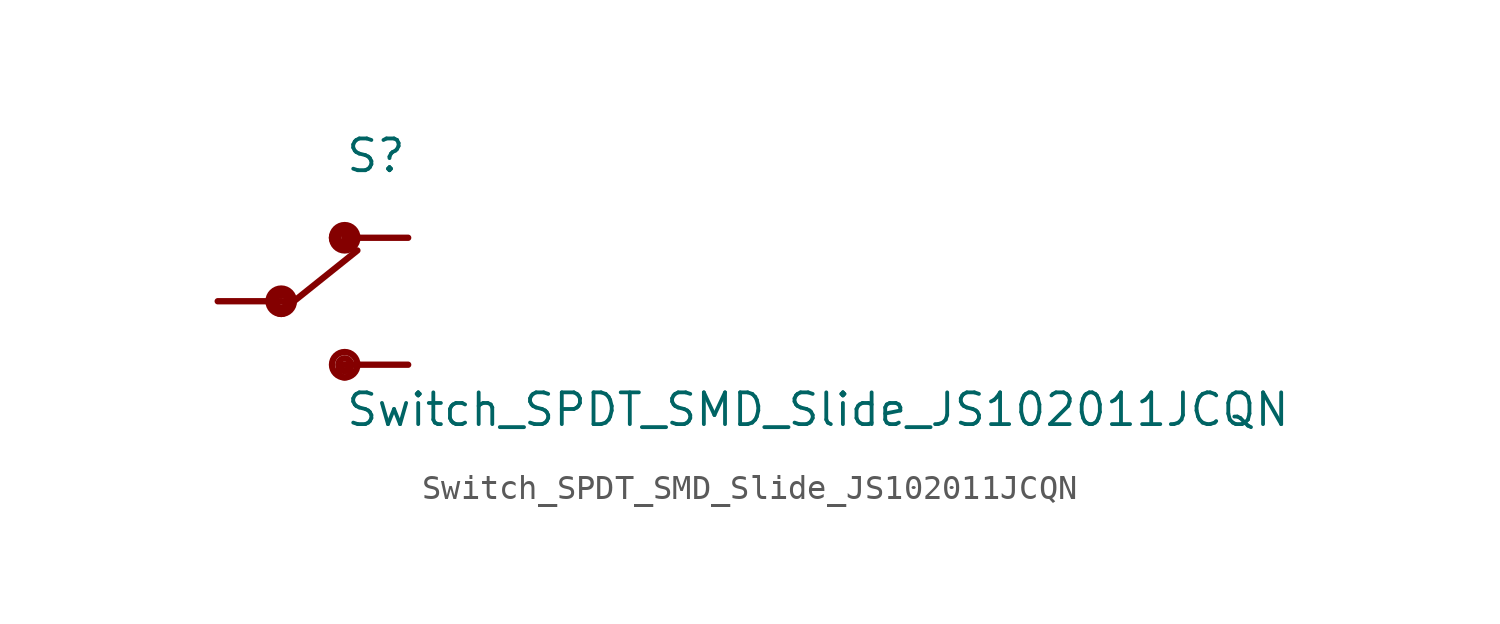
<source format=kicad_sym>
(kicad_symbol_lib
  (version 20201005)
  (generator kicad_symbol_editor)
  (symbol "NB3_power:Switch_SPDT_SMD_Slide_JS102011JCQN"
    (pin_numbers hide)
    (pin_names
      (offset 1.016) hide)
    (property "Reference" "S"
      (at 0 5.08 0)
      (effects (font (size 1.27 1.27)) (justify left bottom)))
    (property "Value" "Switch_SPDT_SMD_Slide_JS102011JCQN"
      (at 0 -5.08 0)
      (effects (font (size 1.27 1.27)) (justify left bottom)))
    (property "ki_locked" ""
      (at 0 0 0)
      (effects (font (size 1.27 1.27))))
    (symbol "Switch_SPDT_SMD_Slide_JS102011JCQN_0_0"
      (circle (center 0 2.54) (radius 0.508) (stroke (width 0.254)) (fill (type none)))
      (circle (center -2.54 0) (radius 0.508) (stroke (width 0.254)) (fill (type none)))
      (circle (center 0 -2.54) (radius 0.508) (stroke (width 0.254)) (fill (type none)))
      (circle (center -2.54 0) (radius 0.356) (stroke (width 0.254)) (fill (type none)))
      (circle (center -2.54 0) (radius 0.254) (stroke (width 0.254)) (fill (type none)))
      (circle (center -2.54 -0.254) (radius 0.254) (stroke (width 0.254)) (fill (type none)))
      (circle (center 0 2.54) (radius 0.356) (stroke (width 0.254)) (fill (type none)))
      (circle (center 0 2.54) (radius 0.254) (stroke (width 0.254)) (fill (type none)))
      (circle (center 0 2.54) (radius 0.356) (stroke (width 0.254)) (fill (type none)))
      (circle (center -0.254 2.54) (radius 0.254) (stroke (width 0.254)) (fill (type none)))
      (circle (center 0 -2.54) (radius 0.254) (stroke (width 0.254)) (fill (type none)))
      (circle (center 0 -2.794) (radius 0.254) (stroke (width 0.254)) (fill (type none)))
      (polyline (pts (xy 0 2.54) (xy 2.54 2.54)) (stroke (width 0.254)) (fill (type none)))
      (polyline (pts (xy 0 -2.54) (xy 2.54 -2.54)) (stroke (width 0.254)) (fill (type none)))
      (polyline (pts (xy -2.032 0) (xy 0.508 2.032)) (stroke (width 0.254)) (fill (type none)))
      (polyline (pts (xy -5.08 0) (xy -2.54 0)) (stroke (width 0.254)) (fill (type none)))
      (pin passive line (at 2.54 -2.54 180) (length 2.54) (name "~" (effects (font (size 1.016 1.016)))) (number "3" (effects (font (size 1.016 1.016)))))
      (pin passive line (at 2.54 2.54 180) (length 2.54) (name "~" (effects (font (size 1.016 1.016)))) (number "1" (effects (font (size 1.016 1.016)))))
      (pin passive line (at -5.08 0 0) (length 2.54) (name "~" (effects (font (size 1.016 1.016)))) (number "2" (effects (font (size 1.016 1.016))))))))
</source>
